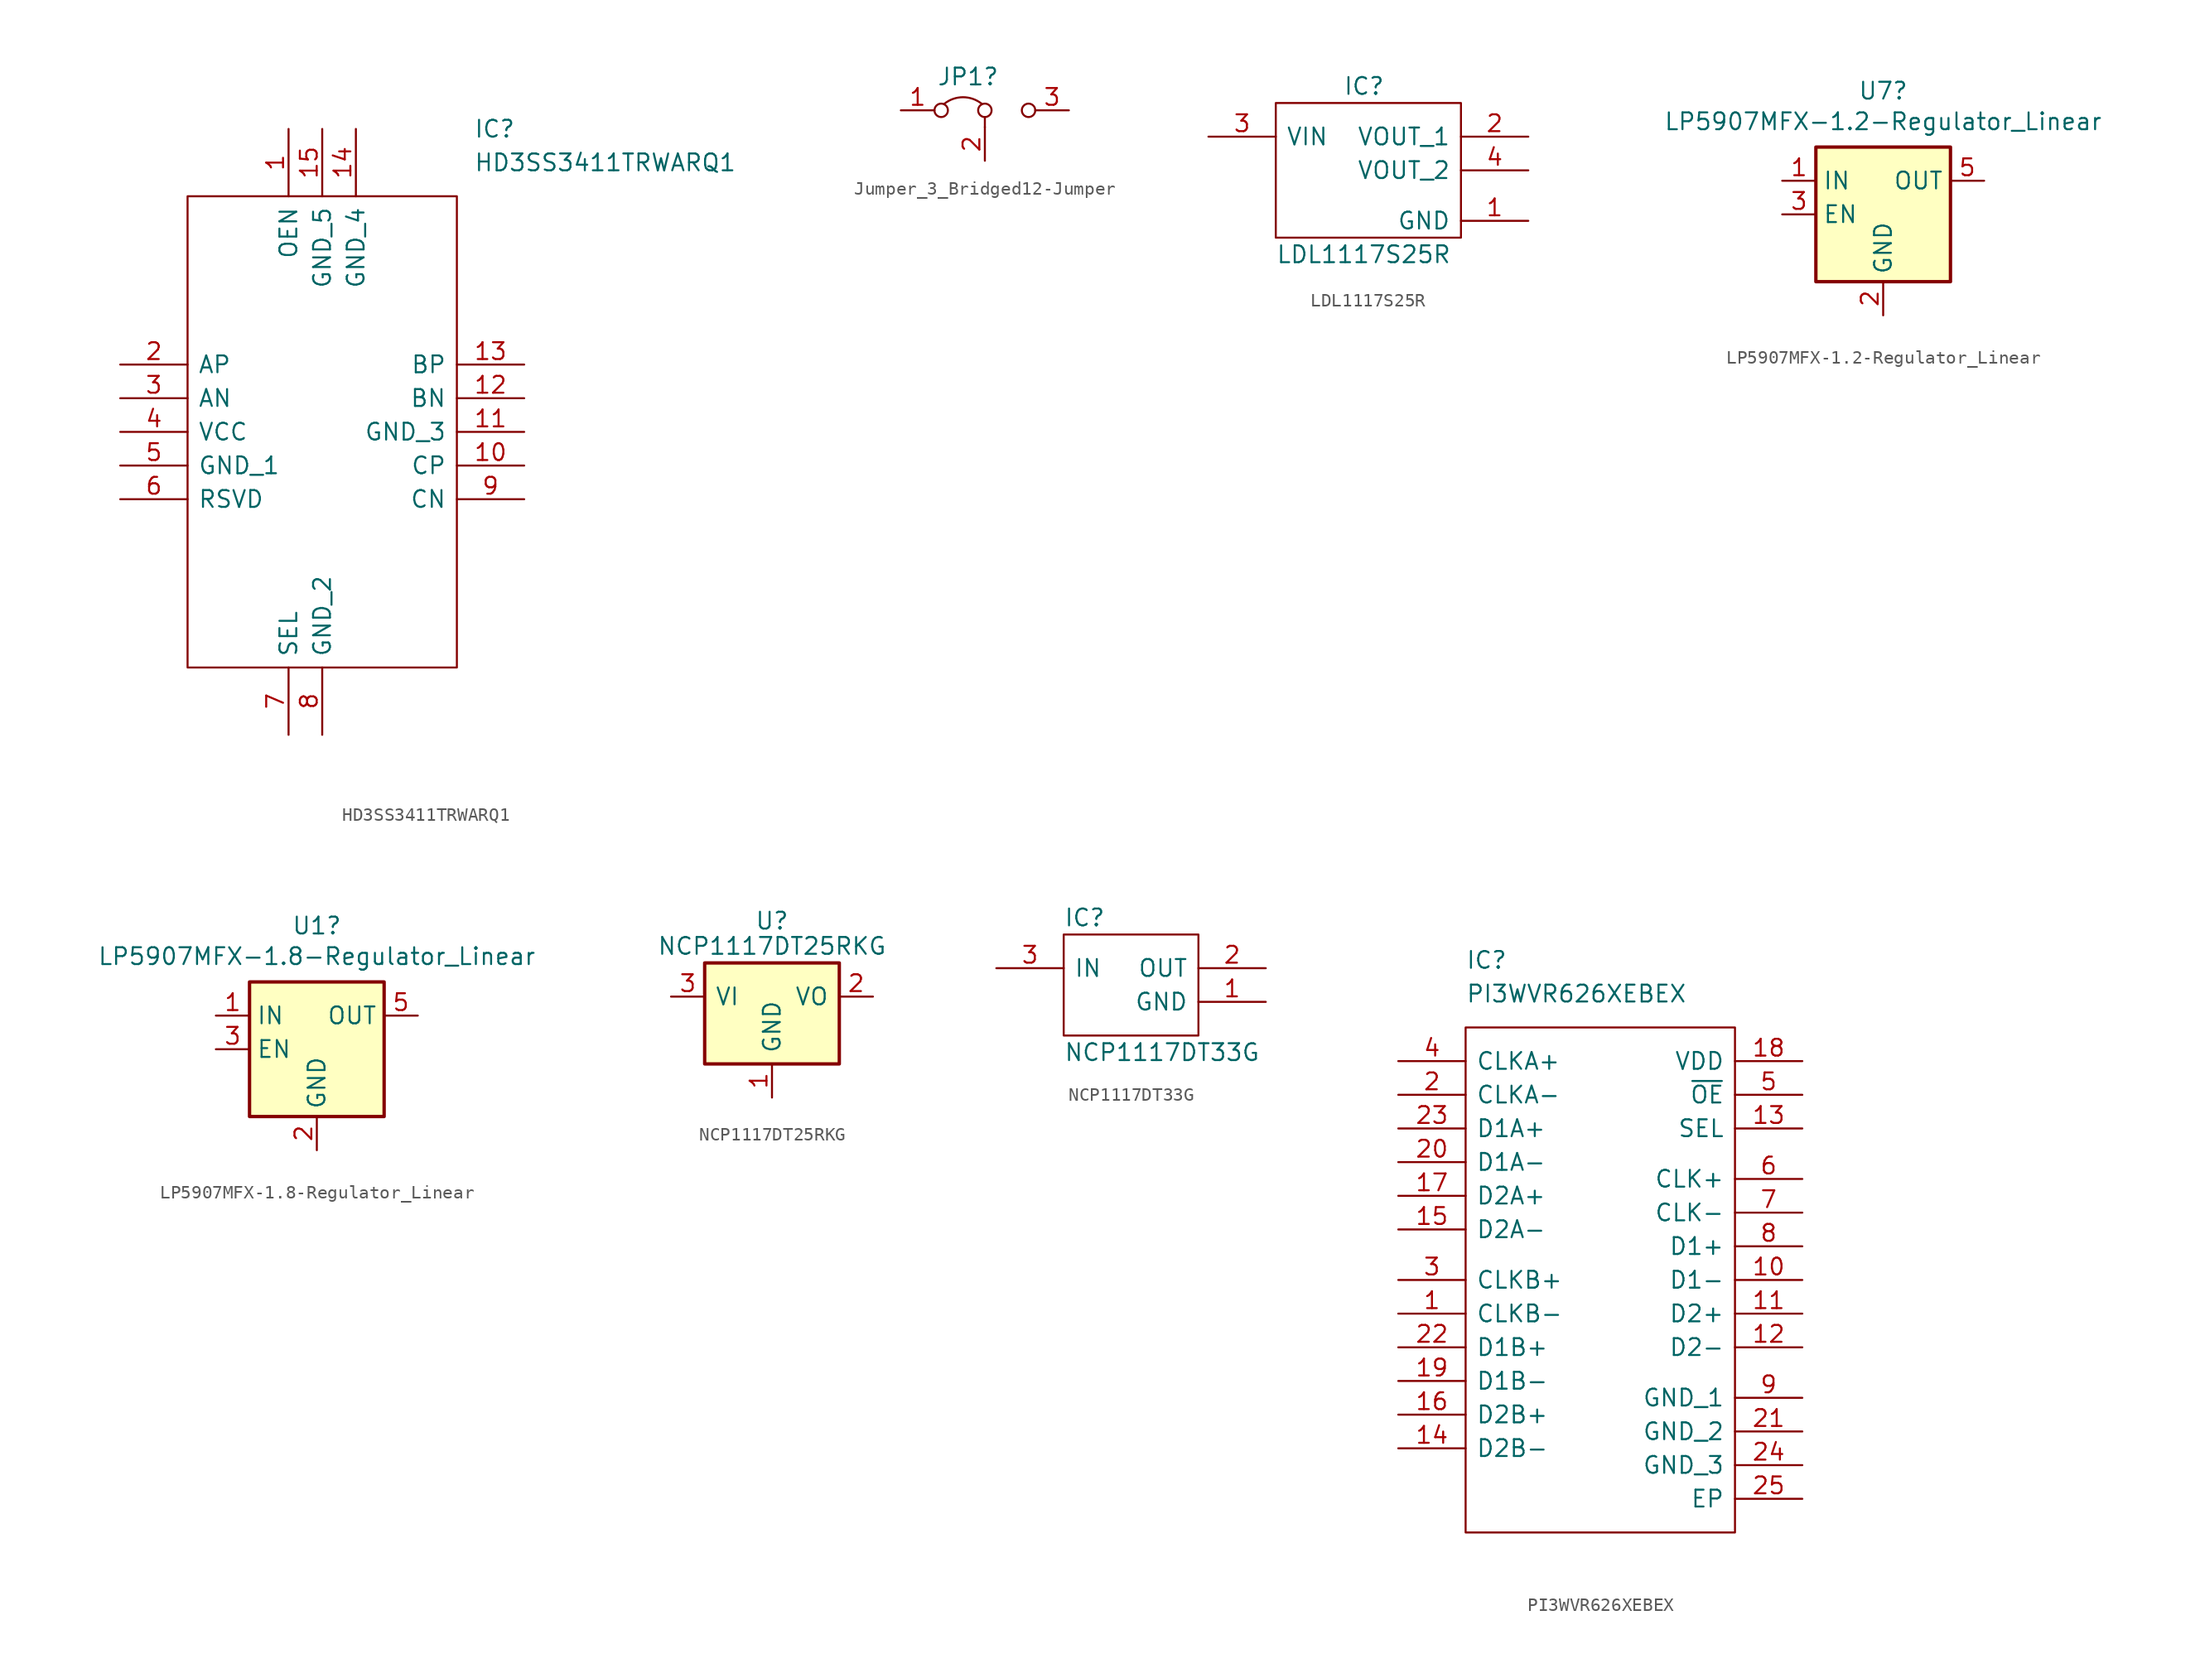
<source format=kicad_sym>
(kicad_symbol_lib
  (version 20211014)
  (generator kicad_symbol_editor)
  (symbol "HD3SS3411TRWARQ1"
    (pin_names
      (offset 0.762))
    (property "Reference" "IC"
      (at 26.67 17.78 0)
      (effects (font (size 1.27 1.27)) (justify left)))
    (property "Value" "HD3SS3411TRWARQ1"
      (at 26.67 15.24 0)
      (effects (font (size 1.27 1.27)) (justify left)))
    (symbol "HD3SS3411TRWARQ1_0_0"
      (pin passive line (at 12.7 17.78 270) (length 5.08) (name "OEN" (effects (font (size 1.27 1.27)))) (number "1" (effects (font (size 1.27 1.27)))))
      (pin passive line (at 30.48 -7.62 180) (length 5.08) (name "CP" (effects (font (size 1.27 1.27)))) (number "10" (effects (font (size 1.27 1.27)))))
      (pin passive line (at 30.48 -5.08 180) (length 5.08) (name "GND_3" (effects (font (size 1.27 1.27)))) (number "11" (effects (font (size 1.27 1.27)))))
      (pin passive line (at 30.48 -2.54 180) (length 5.08) (name "BN" (effects (font (size 1.27 1.27)))) (number "12" (effects (font (size 1.27 1.27)))))
      (pin passive line (at 30.48 0 180) (length 5.08) (name "BP" (effects (font (size 1.27 1.27)))) (number "13" (effects (font (size 1.27 1.27)))))
      (pin passive line (at 17.78 17.78 270) (length 5.08) (name "GND_4" (effects (font (size 1.27 1.27)))) (number "14" (effects (font (size 1.27 1.27)))))
      (pin passive line (at 15.24 17.78 270) (length 5.08) (name "GND_5" (effects (font (size 1.27 1.27)))) (number "15" (effects (font (size 1.27 1.27)))))
      (pin passive line (at 0 0 0) (length 5.08) (name "AP" (effects (font (size 1.27 1.27)))) (number "2" (effects (font (size 1.27 1.27)))))
      (pin passive line (at 0 -2.54 0) (length 5.08) (name "AN" (effects (font (size 1.27 1.27)))) (number "3" (effects (font (size 1.27 1.27)))))
      (pin passive line (at 0 -5.08 0) (length 5.08) (name "VCC" (effects (font (size 1.27 1.27)))) (number "4" (effects (font (size 1.27 1.27)))))
      (pin passive line (at 0 -7.62 0) (length 5.08) (name "GND_1" (effects (font (size 1.27 1.27)))) (number "5" (effects (font (size 1.27 1.27)))))
      (pin passive line (at 0 -10.16 0) (length 5.08) (name "RSVD" (effects (font (size 1.27 1.27)))) (number "6" (effects (font (size 1.27 1.27)))))
      (pin passive line (at 12.7 -27.94 90) (length 5.08) (name "SEL" (effects (font (size 1.27 1.27)))) (number "7" (effects (font (size 1.27 1.27)))))
      (pin passive line (at 15.24 -27.94 90) (length 5.08) (name "GND_2" (effects (font (size 1.27 1.27)))) (number "8" (effects (font (size 1.27 1.27)))))
      (pin passive line (at 30.48 -10.16 180) (length 5.08) (name "CN" (effects (font (size 1.27 1.27)))) (number "9" (effects (font (size 1.27 1.27))))))
    (symbol "HD3SS3411TRWARQ1_0_1"
      (polyline (pts (xy 5.08 12.7) (xy 25.4 12.7) (xy 25.4 -22.86) (xy 5.08 -22.86) (xy 5.08 12.7)) (stroke (width 0.152) (type default) (color 0 0 0 0)) (fill (type none)))))
  (symbol "Jumper_3_Bridged12-Jumper"
    (pin_names
      (offset 0) hide)
    (property "Reference" "JP1"
      (at -1.27 2.54 0)
      (effects (font (size 1.27 1.27))))
    (symbol "Jumper_3_Bridged12-Jumper_0_0"
      (circle (center -3.302 0) (radius 0.508) (stroke (width 0) (type default) (color 0 0 0 0)) (fill (type none)))
      (circle (center 0 0) (radius 0.508) (stroke (width 0) (type default) (color 0 0 0 0)) (fill (type none)))
      (circle (center 3.302 0) (radius 0.508) (stroke (width 0) (type default) (color 0 0 0 0)) (fill (type none))))
    (symbol "Jumper_3_Bridged12-Jumper_0_1"
      (arc (start -0.254 0.508) (mid -1.651 0.9912) (end -3.048 0.508) (stroke (width 0) (type default) (color 0 0 0 0)) (fill (type none)))
      (polyline (pts (xy 0 -1.27) (xy 0 -0.508)) (stroke (width 0) (type default) (color 0 0 0 0)) (fill (type none))))
    (symbol "Jumper_3_Bridged12-Jumper_1_1"
      (pin passive line (at -6.35 0 0) (length 2.54) (name "A" (effects (font (size 1.27 1.27)))) (number "1" (effects (font (size 1.27 1.27)))))
      (pin passive line (at 0 -3.81 90) (length 2.54) (name "C" (effects (font (size 1.27 1.27)))) (number "2" (effects (font (size 1.27 1.27)))))
      (pin passive line (at 6.35 0 180) (length 2.54) (name "B" (effects (font (size 1.27 1.27)))) (number "3" (effects (font (size 1.27 1.27)))))))
  (symbol "LDL1117S25R"
    (pin_names
      (offset 0.762))
    (property "Reference" "IC"
      (at -1.27 6.35 0)
      (effects (font (size 1.27 1.27)) (justify left)))
    (property "Value" "LDL1117S25R"
      (at -6.35 -6.35 0)
      (effects (font (size 1.27 1.27)) (justify left)))
    (symbol "LDL1117S25R_0_0"
      (pin passive line (at 12.7 -3.81 180) (length 5.08) (name "GND" (effects (font (size 1.27 1.27)))) (number "1" (effects (font (size 1.27 1.27)))))
      (pin power_out line (at 12.7 2.54 180) (length 5.08) (name "VOUT_1" (effects (font (size 1.27 1.27)))) (number "2" (effects (font (size 1.27 1.27)))))
      (pin passive line (at -11.43 2.54 0) (length 5.08) (name "VIN" (effects (font (size 1.27 1.27)))) (number "3" (effects (font (size 1.27 1.27)))))
      (pin passive line (at 12.7 0 180) (length 5.08) (name "VOUT_2" (effects (font (size 1.27 1.27)))) (number "4" (effects (font (size 1.27 1.27))))))
    (symbol "LDL1117S25R_0_1"
      (polyline (pts (xy -6.35 5.08) (xy 7.62 5.08) (xy 7.62 -5.08) (xy -6.35 -5.08) (xy -6.35 -2.54) (xy -6.35 1.27) (xy -6.35 5.08)) (stroke (width 0.152) (type default) (color 0 0 0 0)) (fill (type none)))))
  (symbol "LP5907MFX-1.2-Regulator_Linear"
    (property "Reference" "U7"
      (at 0 9.322 0)
      (effects (font (size 1.27 1.27))))
    (property "Value" "LP5907MFX-1.2-Regulator_Linear"
      (at 0 7.01 0)
      (effects (font (size 1.27 1.27))))
    (symbol "LP5907MFX-1.2-Regulator_Linear_0_1"
      (rectangle (start -5.08 -5.08) (end 5.08 5.08) (stroke (width 0.254) (type default) (color 0 0 0 0)) (fill (type background)))
      (pin power_in line (at -7.62 2.54 0) (length 2.54) (name "IN" (effects (font (size 1.27 1.27)))) (number "1" (effects (font (size 1.27 1.27)))))
      (pin passive line (at 0 -7.62 90) (length 2.54) (name "GND" (effects (font (size 1.27 1.27)))) (number "2" (effects (font (size 1.27 1.27)))))
      (pin input line (at -7.62 0 0) (length 2.54) (name "EN" (effects (font (size 1.27 1.27)))) (number "3" (effects (font (size 1.27 1.27)))))
      (pin no_connect line (at 5.08 0 180) (length 2.54) hide (name "NC" (effects (font (size 1.27 1.27)))) (number "4" (effects (font (size 1.27 1.27)))))
      (pin power_out line (at 7.62 2.54 180) (length 2.54) (name "OUT" (effects (font (size 1.27 1.27)))) (number "5" (effects (font (size 1.27 1.27)))))))
  (symbol "LP5907MFX-1.8-Regulator_Linear"
    (property "Reference" "U1"
      (at 0 9.322 0)
      (effects (font (size 1.27 1.27))))
    (property "Value" "LP5907MFX-1.8-Regulator_Linear"
      (at 0 7.01 0)
      (effects (font (size 1.27 1.27))))
    (symbol "LP5907MFX-1.8-Regulator_Linear_0_1"
      (rectangle (start -5.08 -5.08) (end 5.08 5.08) (stroke (width 0.254) (type default) (color 0 0 0 0)) (fill (type background)))
      (pin power_in line (at -7.62 2.54 0) (length 2.54) (name "IN" (effects (font (size 1.27 1.27)))) (number "1" (effects (font (size 1.27 1.27)))))
      (pin passive line (at 0 -7.62 90) (length 2.54) (name "GND" (effects (font (size 1.27 1.27)))) (number "2" (effects (font (size 1.27 1.27)))))
      (pin input line (at -7.62 0 0) (length 2.54) (name "EN" (effects (font (size 1.27 1.27)))) (number "3" (effects (font (size 1.27 1.27)))))
      (pin no_connect line (at 5.08 0 180) (length 2.54) hide (name "NC" (effects (font (size 1.27 1.27)))) (number "4" (effects (font (size 1.27 1.27)))))
      (pin power_out line (at 7.62 2.54 180) (length 2.54) (name "OUT" (effects (font (size 1.27 1.27)))) (number "5" (effects (font (size 1.27 1.27)))))))
  (symbol "NCP1117DT25RKG"
    (pin_names
      (offset 0.762))
    (property "Reference" "U"
      (at 0 5.715 0)
      (effects (font (size 1.27 1.27))))
    (property "Value" "NCP1117DT25RKG"
      (at 0 3.81 0)
      (effects (font (size 1.27 1.27))))
    (symbol "NCP1117DT25RKG_0_1"
      (rectangle (start -5.08 2.54) (end 5.08 -5.08) (stroke (width 0.254) (type default) (color 0 0 0 0)) (fill (type background))))
    (symbol "NCP1117DT25RKG_1_1"
      (pin power_in line (at 0 -7.62 90) (length 2.54) (name "GND" (effects (font (size 1.27 1.27)))) (number "1" (effects (font (size 1.27 1.27)))))
      (pin power_out line (at 7.62 0 180) (length 2.54) (name "VO" (effects (font (size 1.27 1.27)))) (number "2" (effects (font (size 1.27 1.27)))))
      (pin power_in line (at -7.62 0 0) (length 2.54) (name "VI" (effects (font (size 1.27 1.27)))) (number "3" (effects (font (size 1.27 1.27)))))))
  (symbol "NCP1117DT33G"
    (pin_names
      (offset 0.762))
    (property "Reference" "IC"
      (at -5.08 5.08 0)
      (effects (font (size 1.27 1.27)) (justify left)))
    (property "Value" "NCP1117DT33G"
      (at -5.08 -5.08 0)
      (effects (font (size 1.27 1.27)) (justify left)))
    (symbol "NCP1117DT33G_0_0"
      (pin passive line (at 10.16 -1.27 180) (length 5.08) (name "GND" (effects (font (size 1.27 1.27)))) (number "1" (effects (font (size 1.27 1.27)))))
      (pin power_out line (at 10.16 1.27 180) (length 5.08) (name "OUT" (effects (font (size 1.27 1.27)))) (number "2" (effects (font (size 1.27 1.27)))))
      (pin passive line (at -10.16 1.27 0) (length 5.08) (name "IN" (effects (font (size 1.27 1.27)))) (number "3" (effects (font (size 1.27 1.27))))))
    (symbol "NCP1117DT33G_0_1"
      (polyline (pts (xy -5.08 3.81) (xy 5.08 3.81) (xy 5.08 -3.81) (xy -5.08 -3.81) (xy -5.08 0) (xy -5.08 3.81)) (stroke (width 0.152) (type default) (color 0 0 0 0)) (fill (type none)))))
  (symbol "PI3WVR626XEBEX"
    (pin_names
      (offset 0.762))
    (property "Reference" "IC"
      (at -11.43 22.86 0)
      (effects (font (size 1.27 1.27)) (justify left)))
    (property "Value" "PI3WVR626XEBEX"
      (at -11.43 20.32 0)
      (effects (font (size 1.27 1.27)) (justify left)))
    (symbol "PI3WVR626XEBEX_0_0"
      (pin passive line (at -16.51 -3.81 0) (length 5.08) (name "CLKB-" (effects (font (size 1.27 1.27)))) (number "1" (effects (font (size 1.27 1.27)))))
      (pin passive line (at 13.97 -1.27 180) (length 5.08) (name "D1-" (effects (font (size 1.27 1.27)))) (number "10" (effects (font (size 1.27 1.27)))))
      (pin passive line (at 13.97 -3.81 180) (length 5.08) (name "D2+" (effects (font (size 1.27 1.27)))) (number "11" (effects (font (size 1.27 1.27)))))
      (pin passive line (at 13.97 -6.35 180) (length 5.08) (name "D2-" (effects (font (size 1.27 1.27)))) (number "12" (effects (font (size 1.27 1.27)))))
      (pin passive line (at 13.97 10.16 180) (length 5.08) (name "SEL" (effects (font (size 1.27 1.27)))) (number "13" (effects (font (size 1.27 1.27)))))
      (pin passive line (at -16.51 -13.97 0) (length 5.08) (name "D2B-" (effects (font (size 1.27 1.27)))) (number "14" (effects (font (size 1.27 1.27)))))
      (pin passive line (at -16.51 2.54 0) (length 5.08) (name "D2A-" (effects (font (size 1.27 1.27)))) (number "15" (effects (font (size 1.27 1.27)))))
      (pin passive line (at -16.51 -11.43 0) (length 5.08) (name "D2B+" (effects (font (size 1.27 1.27)))) (number "16" (effects (font (size 1.27 1.27)))))
      (pin passive line (at -16.51 5.08 0) (length 5.08) (name "D2A+" (effects (font (size 1.27 1.27)))) (number "17" (effects (font (size 1.27 1.27)))))
      (pin passive line (at 13.97 15.24 180) (length 5.08) (name "VDD" (effects (font (size 1.27 1.27)))) (number "18" (effects (font (size 1.27 1.27)))))
      (pin passive line (at -16.51 -8.89 0) (length 5.08) (name "D1B-" (effects (font (size 1.27 1.27)))) (number "19" (effects (font (size 1.27 1.27)))))
      (pin passive line (at -16.51 12.7 0) (length 5.08) (name "CLKA-" (effects (font (size 1.27 1.27)))) (number "2" (effects (font (size 1.27 1.27)))))
      (pin passive line (at -16.51 7.62 0) (length 5.08) (name "D1A-" (effects (font (size 1.27 1.27)))) (number "20" (effects (font (size 1.27 1.27)))))
      (pin passive line (at 13.97 -12.7 180) (length 5.08) (name "GND_2" (effects (font (size 1.27 1.27)))) (number "21" (effects (font (size 1.27 1.27)))))
      (pin passive line (at -16.51 -6.35 0) (length 5.08) (name "D1B+" (effects (font (size 1.27 1.27)))) (number "22" (effects (font (size 1.27 1.27)))))
      (pin passive line (at -16.51 10.16 0) (length 5.08) (name "D1A+" (effects (font (size 1.27 1.27)))) (number "23" (effects (font (size 1.27 1.27)))))
      (pin passive line (at 13.97 -15.24 180) (length 5.08) (name "GND_3" (effects (font (size 1.27 1.27)))) (number "24" (effects (font (size 1.27 1.27)))))
      (pin passive line (at 13.97 -17.78 180) (length 5.08) (name "EP" (effects (font (size 1.27 1.27)))) (number "25" (effects (font (size 1.27 1.27)))))
      (pin passive line (at -16.51 -1.27 0) (length 5.08) (name "CLKB+" (effects (font (size 1.27 1.27)))) (number "3" (effects (font (size 1.27 1.27)))))
      (pin passive line (at -16.51 15.24 0) (length 5.08) (name "CLKA+" (effects (font (size 1.27 1.27)))) (number "4" (effects (font (size 1.27 1.27)))))
      (pin passive line (at 13.97 12.7 180) (length 5.08) (name "~{OE}" (effects (font (size 1.27 1.27)))) (number "5" (effects (font (size 1.27 1.27)))))
      (pin passive line (at 13.97 6.35 180) (length 5.08) (name "CLK+" (effects (font (size 1.27 1.27)))) (number "6" (effects (font (size 1.27 1.27)))))
      (pin passive line (at 13.97 3.81 180) (length 5.08) (name "CLK-" (effects (font (size 1.27 1.27)))) (number "7" (effects (font (size 1.27 1.27)))))
      (pin passive line (at 13.97 1.27 180) (length 5.08) (name "D1+" (effects (font (size 1.27 1.27)))) (number "8" (effects (font (size 1.27 1.27)))))
      (pin passive line (at 13.97 -10.16 180) (length 5.08) (name "GND_1" (effects (font (size 1.27 1.27)))) (number "9" (effects (font (size 1.27 1.27))))))
    (symbol "PI3WVR626XEBEX_0_1"
      (polyline (pts (xy -11.43 17.78) (xy 8.89 17.78) (xy 8.89 -20.32) (xy 1.27 -20.32) (xy -11.43 -20.32) (xy -11.43 17.78)) (stroke (width 0.152) (type default) (color 0 0 0 0)) (fill (type none))))))
</source>
